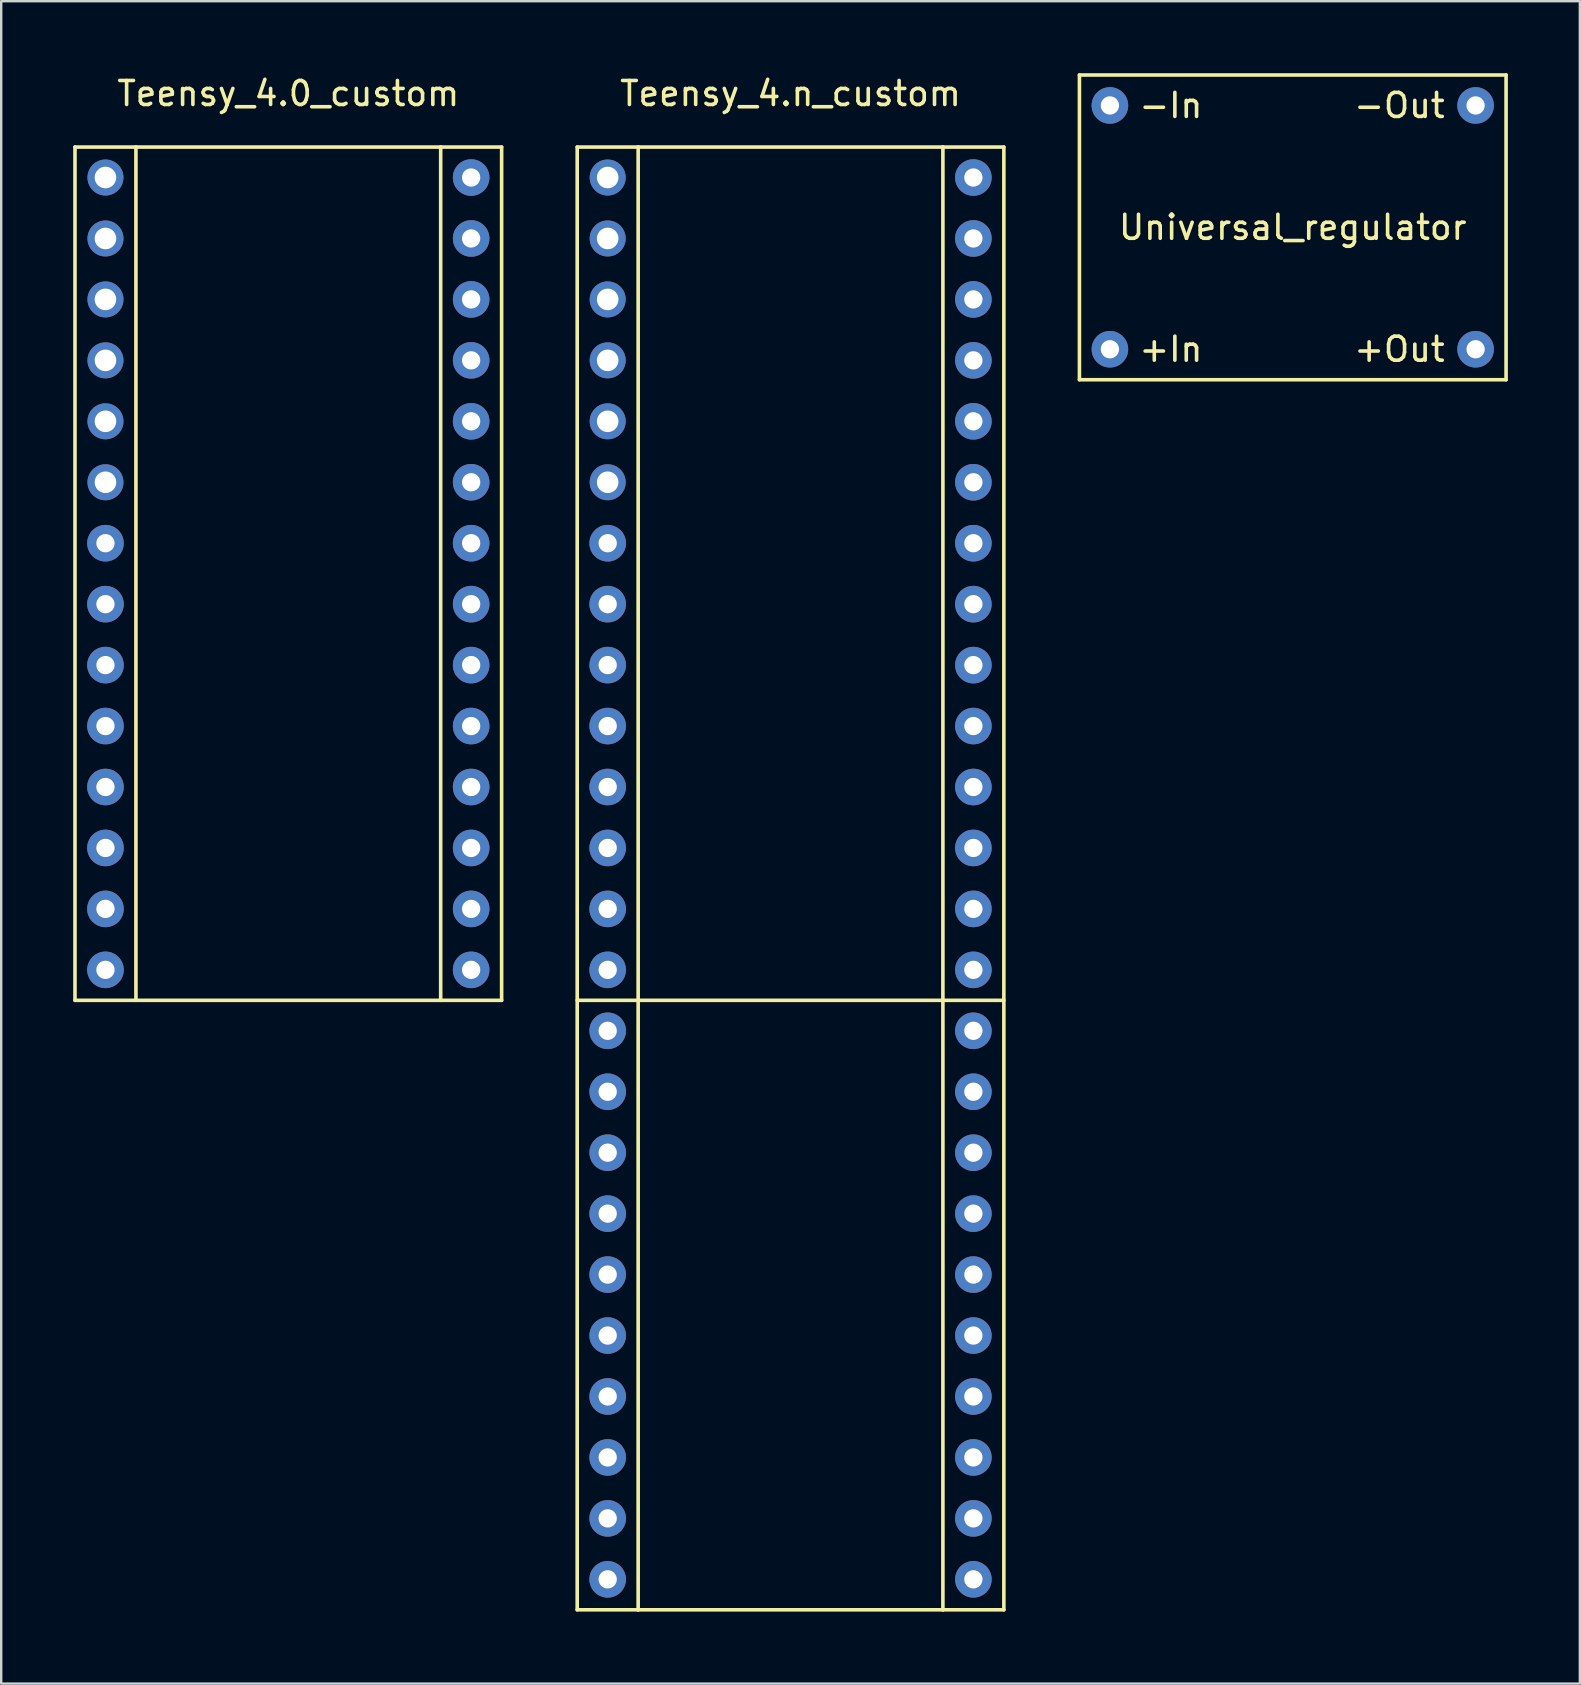
<source format=kicad_pcb>
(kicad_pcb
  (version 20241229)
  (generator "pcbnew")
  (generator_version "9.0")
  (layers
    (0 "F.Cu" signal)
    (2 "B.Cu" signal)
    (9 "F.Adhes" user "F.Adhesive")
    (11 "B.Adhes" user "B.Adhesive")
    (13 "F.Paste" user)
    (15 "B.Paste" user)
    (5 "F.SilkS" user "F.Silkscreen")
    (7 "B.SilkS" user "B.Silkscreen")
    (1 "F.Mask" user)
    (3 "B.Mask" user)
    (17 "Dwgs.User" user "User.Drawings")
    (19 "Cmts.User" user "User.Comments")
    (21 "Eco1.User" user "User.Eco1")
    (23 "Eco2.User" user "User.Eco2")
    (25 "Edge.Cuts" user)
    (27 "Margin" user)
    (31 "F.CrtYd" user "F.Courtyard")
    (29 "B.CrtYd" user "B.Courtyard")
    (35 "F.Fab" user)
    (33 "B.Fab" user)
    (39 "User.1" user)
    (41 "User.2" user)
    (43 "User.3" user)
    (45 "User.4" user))
  (footprint "Teensy_4.0_custom"
    (layer "F.Cu")
    (at 8.965 4.348)
    (property "Reference" "Teensy_4.0_custom" (at 0 -3.5 0) (layer "F.SilkS") (effects (font (size 1 1) (thickness 0.15))))
    (attr through_hole)
    (fp_line (start -8.89 -1.27) (end -8.89 34.29) (stroke (width 0.15) (type solid)) (layer "F.SilkS"))
    (fp_line (start -8.89 34.29) (end 8.89 34.29) (stroke (width 0.15) (type solid)) (layer "F.SilkS"))
    (fp_line (start -6.35 -1.27) (end -8.89 -1.27) (stroke (width 0.15) (type solid)) (layer "F.SilkS"))
    (fp_line (start -6.35 -1.27) (end 6.35 -1.27) (stroke (width 0.15) (type solid)) (layer "F.SilkS"))
    (fp_line (start -6.35 34.29) (end -6.35 -1.27) (stroke (width 0.15) (type solid)) (layer "F.SilkS"))
    (fp_line (start 6.35 -1.27) (end 6.35 34.29) (stroke (width 0.15) (type solid)) (layer "F.SilkS"))
    (fp_line (start 8.89 -1.27) (end 6.35 -1.27) (stroke (width 0.15) (type solid)) (layer "F.SilkS"))
    (fp_line (start 8.89 34.29) (end 8.89 -1.27) (stroke (width 0.15) (type solid)) (layer "F.SilkS"))
    (pad "1" thru_hole circle (at -7.62 0) (size 1.5 1.5) (drill 0.9) (layers "*.Cu" "*.Mask"))
    (pad "2" thru_hole circle (at -7.62 2.54) (size 1.5 1.5) (drill 0.9) (layers "*.Cu" "*.Mask"))
    (pad "3" thru_hole circle (at -7.62 5.08) (size 1.5 1.5) (drill 0.9) (layers "*.Cu" "*.Mask"))
    (pad "4" thru_hole circle (at -7.62 7.62) (size 1.5 1.5) (drill 0.9) (layers "*.Cu" "*.Mask"))
    (pad "5" thru_hole circle (at -7.62 10.16) (size 1.5 1.5) (drill 0.9) (layers "*.Cu" "*.Mask"))
    (pad "6" thru_hole circle (at -7.62 12.7) (size 1.5 1.5) (drill 0.9) (layers "*.Cu" "*.Mask"))
    (pad "7" thru_hole circle (at -7.62 15.24) (size 1.524 1.524) (drill 0.762) (layers "*.Cu" "*.Mask"))
    (pad "8" thru_hole circle (at -7.62 17.78) (size 1.524 1.524) (drill 0.762) (layers "*.Cu" "*.Mask"))
    (pad "9" thru_hole circle (at -7.62 20.32) (size 1.524 1.524) (drill 0.762) (layers "*.Cu" "*.Mask"))
    (pad "10" thru_hole circle (at -7.62 22.86) (size 1.524 1.524) (drill 0.762) (layers "*.Cu" "*.Mask"))
    (pad "11" thru_hole circle (at -7.62 25.4) (size 1.524 1.524) (drill 0.762) (layers "*.Cu" "*.Mask"))
    (pad "12" thru_hole circle (at -7.62 27.94) (size 1.524 1.524) (drill 0.762) (layers "*.Cu" "*.Mask"))
    (pad "13" thru_hole circle (at -7.62 30.48) (size 1.524 1.524) (drill 0.762) (layers "*.Cu" "*.Mask"))
    (pad "14" thru_hole circle (at -7.62 33.02) (size 1.524 1.524) (drill 0.762) (layers "*.Cu" "*.Mask"))
    (pad "35" thru_hole circle (at 7.62 33.02) (size 1.524 1.524) (drill 0.762) (layers "*.Cu" "*.Mask"))
    (pad "36" thru_hole circle (at 7.62 30.48) (size 1.524 1.524) (drill 0.762) (layers "*.Cu" "*.Mask"))
    (pad "37" thru_hole circle (at 7.62 27.94) (size 1.524 1.524) (drill 0.762) (layers "*.Cu" "*.Mask"))
    (pad "38" thru_hole circle (at 7.62 25.4) (size 1.524 1.524) (drill 0.762) (layers "*.Cu" "*.Mask"))
    (pad "39" thru_hole circle (at 7.62 22.86) (size 1.524 1.524) (drill 0.762) (layers "*.Cu" "*.Mask"))
    (pad "40" thru_hole circle (at 7.62 20.32) (size 1.524 1.524) (drill 0.762) (layers "*.Cu" "*.Mask"))
    (pad "41" thru_hole circle (at 7.62 17.78) (size 1.524 1.524) (drill 0.762) (layers "*.Cu" "*.Mask"))
    (pad "42" thru_hole circle (at 7.62 15.24) (size 1.524 1.524) (drill 0.762) (layers "*.Cu" "*.Mask"))
    (pad "43" thru_hole circle (at 7.62 12.7) (size 1.524 1.524) (drill 0.762) (layers "*.Cu" "*.Mask"))
    (pad "44" thru_hole circle (at 7.62 10.16) (size 1.524 1.524) (drill 0.762) (layers "*.Cu" "*.Mask"))
    (pad "45" thru_hole circle (at 7.62 7.62) (size 1.524 1.524) (drill 0.762) (layers "*.Cu" "*.Mask"))
    (pad "46" thru_hole circle (at 7.62 5.08) (size 1.524 1.524) (drill 0.762) (layers "*.Cu" "*.Mask"))
    (pad "47" thru_hole circle (at 7.62 2.54) (size 1.524 1.524) (drill 0.762) (layers "*.Cu" "*.Mask"))
    (pad "48" thru_hole circle (at 7.62 0) (size 1.524 1.524) (drill 0.762) (layers "*.Cu" "*.Mask")))
  (footprint "Universal_regulator"
    (layer "F.Cu")
    (at 50.825 6.425)
    (property "Reference" "Universal_regulator" (at 0 0 0) (layer "F.SilkS") (effects (font (size 1 1) (thickness 0.15))))
    (attr through_hole)
    (fp_line (start -8.89 -6.35) (end -8.89 6.35) (stroke (width 0.15) (type solid)) (layer "F.SilkS"))
    (fp_line (start -8.89 6.35) (end 8.89 6.35) (stroke (width 0.15) (type solid)) (layer "F.SilkS"))
    (fp_line (start 8.89 -6.35) (end -8.89 -6.35) (stroke (width 0.15) (type solid)) (layer "F.SilkS"))
    (fp_line (start 8.89 6.35) (end 8.89 -6.35) (stroke (width 0.15) (type solid)) (layer "F.SilkS"))
    (fp_text user "+Out" (at 4.445 5.08 0) (layer "F.SilkS") (effects (font (size 1 1) (thickness 0.15))))
    (fp_text user "-In" (at -5.08 -5.08 0) (layer "F.SilkS") (effects (font (size 1 1) (thickness 0.15))))
    (fp_text user "+In" (at -5.08 5.08 0) (layer "F.SilkS") (effects (font (size 1 1) (thickness 0.15))))
    (fp_text user "-Out" (at 4.445 -5.08 0) (layer "F.SilkS") (effects (font (size 1 1) (thickness 0.15))))
    (pad "1" thru_hole circle (at -7.62 -5.08) (size 1.524 1.524) (drill 0.762) (layers "*.Cu" "*.Mask"))
    (pad "2" thru_hole circle (at -7.62 5.08) (size 1.524 1.524) (drill 0.762) (layers "*.Cu" "*.Mask"))
    (pad "3" thru_hole circle (at 7.62 5.08) (size 1.524 1.524) (drill 0.762) (layers "*.Cu" "*.Mask"))
    (pad "4" thru_hole circle (at 7.62 -5.08) (size 1.524 1.524) (drill 0.762) (layers "*.Cu" "*.Mask")))
  (footprint "Teensy_4.n_custom"
    (layer "F.Cu")
    (at 29.895 4.348)
    (property "Reference" "Teensy_4.n_custom" (at 0 -3.5 0) (layer "F.SilkS") (effects (font (size 1 1) (thickness 0.15))))
    (attr through_hole)
    (fp_line (start -8.89 -1.27) (end -8.89 59.69) (stroke (width 0.15) (type solid)) (layer "F.SilkS"))
    (fp_line (start -8.89 34.29) (end 8.89 34.29) (stroke (width 0.15) (type solid)) (layer "F.SilkS"))
    (fp_line (start -8.89 59.69) (end -6.35 59.69) (stroke (width 0.15) (type solid)) (layer "F.SilkS"))
    (fp_line (start -6.35 -1.27) (end -8.89 -1.27) (stroke (width 0.15) (type solid)) (layer "F.SilkS"))
    (fp_line (start -6.35 -1.27) (end 6.35 -1.27) (stroke (width 0.15) (type solid)) (layer "F.SilkS"))
    (fp_line (start -6.35 59.69) (end -6.35 -1.27) (stroke (width 0.15) (type solid)) (layer "F.SilkS"))
    (fp_line (start -6.35 59.69) (end 6.35 59.69) (stroke (width 0.15) (type solid)) (layer "F.SilkS"))
    (fp_line (start 6.35 -1.27) (end 6.35 59.69) (stroke (width 0.15) (type solid)) (layer "F.SilkS"))
    (fp_line (start 6.35 59.69) (end 8.89 59.69) (stroke (width 0.15) (type solid)) (layer "F.SilkS"))
    (fp_line (start 8.89 -1.27) (end 6.35 -1.27) (stroke (width 0.15) (type solid)) (layer "F.SilkS"))
    (fp_line (start 8.89 59.69) (end 8.89 -1.27) (stroke (width 0.15) (type solid)) (layer "F.SilkS"))
    (pad "1" thru_hole circle (at -7.62 0) (size 1.5 1.5) (drill 0.9) (layers "*.Cu" "*.Mask"))
    (pad "2" thru_hole circle (at -7.62 2.54) (size 1.5 1.5) (drill 0.9) (layers "*.Cu" "*.Mask"))
    (pad "3" thru_hole circle (at -7.62 5.08) (size 1.5 1.5) (drill 0.9) (layers "*.Cu" "*.Mask"))
    (pad "4" thru_hole circle (at -7.62 7.62) (size 1.5 1.5) (drill 0.9) (layers "*.Cu" "*.Mask"))
    (pad "5" thru_hole circle (at -7.62 10.16) (size 1.5 1.5) (drill 0.9) (layers "*.Cu" "*.Mask"))
    (pad "6" thru_hole circle (at -7.62 12.7) (size 1.5 1.5) (drill 0.9) (layers "*.Cu" "*.Mask"))
    (pad "7" thru_hole circle (at -7.62 15.24) (size 1.524 1.524) (drill 0.762) (layers "*.Cu" "*.Mask"))
    (pad "8" thru_hole circle (at -7.62 17.78) (size 1.524 1.524) (drill 0.762) (layers "*.Cu" "*.Mask"))
    (pad "9" thru_hole circle (at -7.62 20.32) (size 1.524 1.524) (drill 0.762) (layers "*.Cu" "*.Mask"))
    (pad "10" thru_hole circle (at -7.62 22.86) (size 1.524 1.524) (drill 0.762) (layers "*.Cu" "*.Mask"))
    (pad "11" thru_hole circle (at -7.62 25.4) (size 1.524 1.524) (drill 0.762) (layers "*.Cu" "*.Mask"))
    (pad "12" thru_hole circle (at -7.62 27.94) (size 1.524 1.524) (drill 0.762) (layers "*.Cu" "*.Mask"))
    (pad "13" thru_hole circle (at -7.62 30.48) (size 1.524 1.524) (drill 0.762) (layers "*.Cu" "*.Mask"))
    (pad "14" thru_hole circle (at -7.62 33.02) (size 1.524 1.524) (drill 0.762) (layers "*.Cu" "*.Mask"))
    (pad "15" thru_hole circle (at -7.62 35.56) (size 1.524 1.524) (drill 0.762) (layers "*.Cu" "*.Mask"))
    (pad "16" thru_hole circle (at -7.62 38.1) (size 1.524 1.524) (drill 0.762) (layers "*.Cu" "*.Mask"))
    (pad "17" thru_hole circle (at -7.62 40.64) (size 1.524 1.524) (drill 0.762) (layers "*.Cu" "*.Mask"))
    (pad "18" thru_hole circle (at -7.62 43.18) (size 1.524 1.524) (drill 0.762) (layers "*.Cu" "*.Mask"))
    (pad "19" thru_hole circle (at -7.62 45.72) (size 1.524 1.524) (drill 0.762) (layers "*.Cu" "*.Mask"))
    (pad "20" thru_hole circle (at -7.62 48.26) (size 1.524 1.524) (drill 0.762) (layers "*.Cu" "*.Mask"))
    (pad "21" thru_hole circle (at -7.62 50.8) (size 1.524 1.524) (drill 0.762) (layers "*.Cu" "*.Mask"))
    (pad "22" thru_hole circle (at -7.62 53.34) (size 1.524 1.524) (drill 0.762) (layers "*.Cu" "*.Mask"))
    (pad "23" thru_hole circle (at -7.62 55.88) (size 1.524 1.524) (drill 0.762) (layers "*.Cu" "*.Mask"))
    (pad "24" thru_hole circle (at -7.62 58.42) (size 1.524 1.524) (drill 0.762) (layers "*.Cu" "*.Mask"))
    (pad "25" thru_hole circle (at 7.62 58.42) (size 1.524 1.524) (drill 0.762) (layers "*.Cu" "*.Mask"))
    (pad "26" thru_hole circle (at 7.62 55.88) (size 1.524 1.524) (drill 0.762) (layers "*.Cu" "*.Mask"))
    (pad "27" thru_hole circle (at 7.62 53.34) (size 1.524 1.524) (drill 0.762) (layers "*.Cu" "*.Mask"))
    (pad "28" thru_hole circle (at 7.62 50.8) (size 1.524 1.524) (drill 0.762) (layers "*.Cu" "*.Mask"))
    (pad "29" thru_hole circle (at 7.62 48.26) (size 1.524 1.524) (drill 0.762) (layers "*.Cu" "*.Mask"))
    (pad "30" thru_hole circle (at 7.62 45.72) (size 1.524 1.524) (drill 0.762) (layers "*.Cu" "*.Mask"))
    (pad "31" thru_hole circle (at 7.62 43.18) (size 1.524 1.524) (drill 0.762) (layers "*.Cu" "*.Mask"))
    (pad "32" thru_hole circle (at 7.62 40.64) (size 1.524 1.524) (drill 0.762) (layers "*.Cu" "*.Mask"))
    (pad "33" thru_hole circle (at 7.62 38.1) (size 1.524 1.524) (drill 0.762) (layers "*.Cu" "*.Mask"))
    (pad "34" thru_hole circle (at 7.62 35.56) (size 1.524 1.524) (drill 0.762) (layers "*.Cu" "*.Mask"))
    (pad "35" thru_hole circle (at 7.62 33.02) (size 1.524 1.524) (drill 0.762) (layers "*.Cu" "*.Mask"))
    (pad "36" thru_hole circle (at 7.62 30.48) (size 1.524 1.524) (drill 0.762) (layers "*.Cu" "*.Mask"))
    (pad "37" thru_hole circle (at 7.62 27.94) (size 1.524 1.524) (drill 0.762) (layers "*.Cu" "*.Mask"))
    (pad "38" thru_hole circle (at 7.62 25.4) (size 1.524 1.524) (drill 0.762) (layers "*.Cu" "*.Mask"))
    (pad "39" thru_hole circle (at 7.62 22.86) (size 1.524 1.524) (drill 0.762) (layers "*.Cu" "*.Mask"))
    (pad "40" thru_hole circle (at 7.62 20.32) (size 1.524 1.524) (drill 0.762) (layers "*.Cu" "*.Mask"))
    (pad "41" thru_hole circle (at 7.62 17.78) (size 1.524 1.524) (drill 0.762) (layers "*.Cu" "*.Mask"))
    (pad "42" thru_hole circle (at 7.62 15.24) (size 1.524 1.524) (drill 0.762) (layers "*.Cu" "*.Mask"))
    (pad "43" thru_hole circle (at 7.62 12.7) (size 1.524 1.524) (drill 0.762) (layers "*.Cu" "*.Mask"))
    (pad "44" thru_hole circle (at 7.62 10.16) (size 1.524 1.524) (drill 0.762) (layers "*.Cu" "*.Mask"))
    (pad "45" thru_hole circle (at 7.62 7.62) (size 1.524 1.524) (drill 0.762) (layers "*.Cu" "*.Mask"))
    (pad "46" thru_hole circle (at 7.62 5.08) (size 1.524 1.524) (drill 0.762) (layers "*.Cu" "*.Mask"))
    (pad "47" thru_hole circle (at 7.62 2.54) (size 1.524 1.524) (drill 0.762) (layers "*.Cu" "*.Mask"))
    (pad "48" thru_hole circle (at 7.62 0) (size 1.524 1.524) (drill 0.762) (layers "*.Cu" "*.Mask")))
  (gr_rect
    (start -3 -3)
    (end 62.79 67.113)
    (stroke (width 0.1) (type default))
    (fill no)
    (layer "Edge.Cuts")))
</source>
